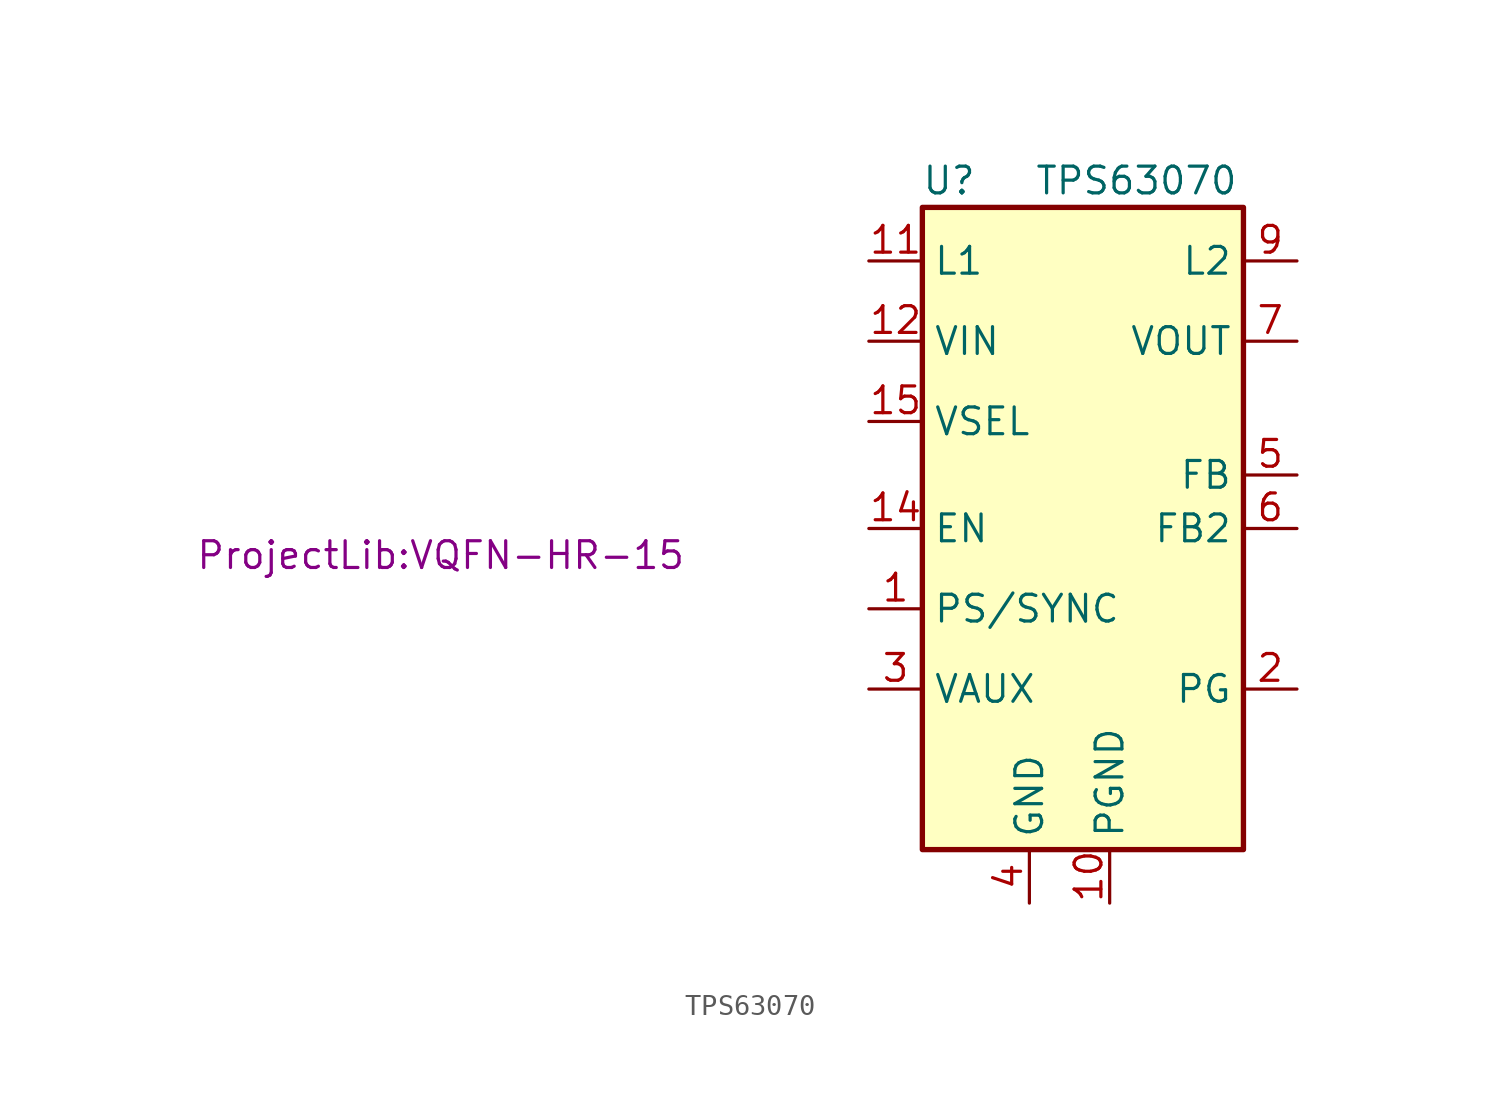
<source format=kicad_sym>
(kicad_symbol_lib
  (version 20211014)
  (generator kicad_symbol_editor)
  (symbol "TPS63070"
    (property "Reference" "U"
      (at -6.35 16.51 0)
      (effects (font (size 1.27 1.27))))
    (property "Value" "TPS63070"
      (at 2.54 16.51 0)
      (effects (font (size 1.27 1.27))))
    (property "Footprint" "ProjectLib:VQFN-HR-15"
      (at -30.48 -1.27 0)
      (effects (font (size 1.27 1.27))))
    (symbol "TPS63070_0_1"
      (rectangle (start -7.62 15.24) (end 7.62 -15.24) (stroke (width 0.254) (type default) (color 0 0 0 0)) (fill (type background))))
    (symbol "TPS63070_1_1"
      (pin input line (at -10.16 -3.81 0) (length 2.54) (name "PS/SYNC" (effects (font (size 1.27 1.27)))) (number "1" (effects (font (size 1.27 1.27)))))
      (pin power_in line (at 1.27 -17.78 90) (length 2.54) (name "PGND" (effects (font (size 1.27 1.27)))) (number "10" (effects (font (size 1.27 1.27)))))
      (pin input line (at -10.16 12.7 0) (length 2.54) (name "L1" (effects (font (size 1.27 1.27)))) (number "11" (effects (font (size 1.27 1.27)))))
      (pin power_in line (at -10.16 8.89 0) (length 2.54) (name "VIN" (effects (font (size 1.27 1.27)))) (number "12" (effects (font (size 1.27 1.27)))))
      (pin passive line (at -10.16 8.89 0) (length 2.54) hide (name "VIN" (effects (font (size 1.27 1.27)))) (number "13" (effects (font (size 1.27 1.27)))))
      (pin input line (at -10.16 0 0) (length 2.54) (name "EN" (effects (font (size 1.27 1.27)))) (number "14" (effects (font (size 1.27 1.27)))))
      (pin power_in line (at -10.16 5.08 0) (length 2.54) (name "VSEL" (effects (font (size 1.27 1.27)))) (number "15" (effects (font (size 1.27 1.27)))))
      (pin output line (at 10.16 -7.62 180) (length 2.54) (name "PG" (effects (font (size 1.27 1.27)))) (number "2" (effects (font (size 1.27 1.27)))))
      (pin passive line (at -10.16 -7.62 0) (length 2.54) (name "VAUX" (effects (font (size 1.27 1.27)))) (number "3" (effects (font (size 1.27 1.27)))))
      (pin power_in line (at -2.54 -17.78 90) (length 2.54) (name "GND" (effects (font (size 1.27 1.27)))) (number "4" (effects (font (size 1.27 1.27)))))
      (pin input line (at 10.16 2.54 180) (length 2.54) (name "FB" (effects (font (size 1.27 1.27)))) (number "5" (effects (font (size 1.27 1.27)))))
      (pin input line (at 10.16 0 180) (length 2.54) (name "FB2" (effects (font (size 1.27 1.27)))) (number "6" (effects (font (size 1.27 1.27)))))
      (pin power_out line (at 10.16 8.89 180) (length 2.54) (name "VOUT" (effects (font (size 1.27 1.27)))) (number "7" (effects (font (size 1.27 1.27)))))
      (pin passive line (at 10.16 8.89 180) (length 2.54) hide (name "VOUT" (effects (font (size 1.27 1.27)))) (number "8" (effects (font (size 1.27 1.27)))))
      (pin input line (at 10.16 12.7 180) (length 2.54) (name "L2" (effects (font (size 1.27 1.27)))) (number "9" (effects (font (size 1.27 1.27))))))))
</source>
